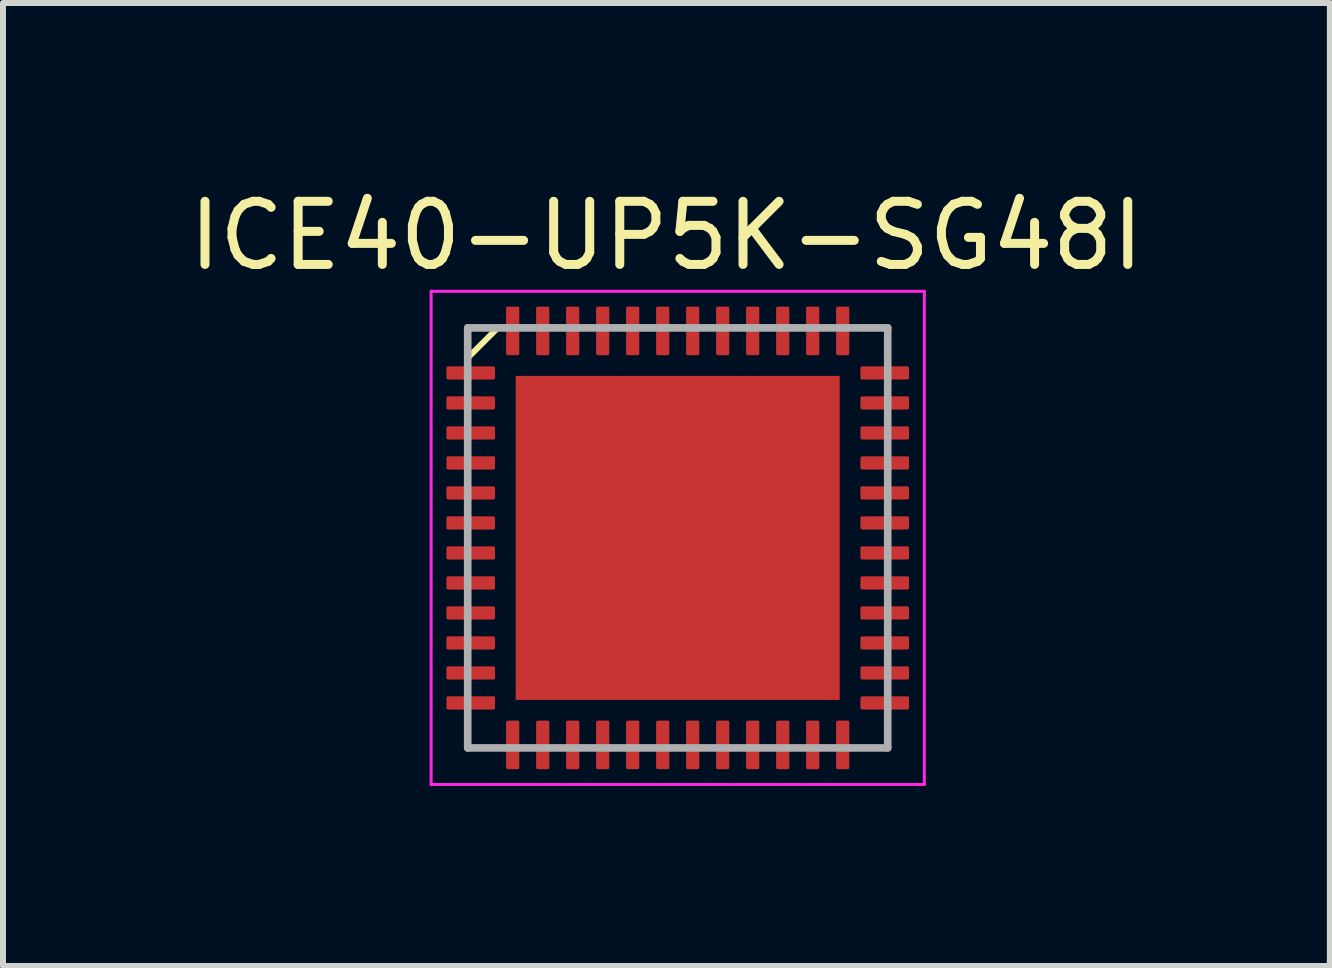
<source format=kicad_pcb>
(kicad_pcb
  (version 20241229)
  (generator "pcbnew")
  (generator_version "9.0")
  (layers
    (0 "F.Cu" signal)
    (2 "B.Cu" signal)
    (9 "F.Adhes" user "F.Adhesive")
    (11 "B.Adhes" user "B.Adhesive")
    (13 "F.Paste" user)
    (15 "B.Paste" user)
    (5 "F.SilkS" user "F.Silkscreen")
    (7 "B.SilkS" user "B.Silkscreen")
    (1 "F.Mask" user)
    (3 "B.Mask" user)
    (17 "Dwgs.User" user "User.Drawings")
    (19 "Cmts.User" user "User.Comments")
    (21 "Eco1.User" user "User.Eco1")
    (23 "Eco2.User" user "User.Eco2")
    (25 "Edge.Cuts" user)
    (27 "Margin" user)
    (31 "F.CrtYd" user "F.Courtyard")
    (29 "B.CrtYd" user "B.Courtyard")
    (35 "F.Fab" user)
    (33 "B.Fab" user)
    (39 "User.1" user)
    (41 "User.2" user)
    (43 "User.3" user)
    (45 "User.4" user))
  (footprint "ICE40-UP5K-SG48I"
    (layer "F.Cu")
    (at 8.245 5.915)
    (property "Reference" "ICE40-UP5K-SG48I" (at -0.189 -5.037 0) (layer "F.SilkS") (effects (font (size 1.052 1.052) (thickness 0.15))))
    (attr smd)
    (fp_line (start -3.5 3.5) (end -3.5 -3) (stroke (width 0.1) (type default)) (layer "F.SilkS"))
    (fp_line (start -3.5 3.5) (end 3.5 3.5) (stroke (width 0.1) (type default)) (layer "F.SilkS"))
    (fp_line (start -3 -3.5) (end -3.5 -3) (stroke (width 0.1) (type default)) (layer "F.SilkS"))
    (fp_line (start -3 -3.5) (end 3.5 -3.5) (stroke (width 0.1) (type default)) (layer "F.SilkS"))
    (fp_line (start 3.5 -3.5) (end 3.5 3.5) (stroke (width 0.1) (type default)) (layer "F.SilkS"))
    (fp_poly (pts (xy -1.703 -1.7) (xy 1.7 -1.7) (xy 1.7 1.703) (xy -1.703 1.703)) (stroke (width 0.01) (type solid)) (fill yes) (layer "F.Paste"))
    (fp_line (start -4.11 -4.11) (end 4.11 -4.11) (stroke (width 0.05) (type solid)) (layer "F.CrtYd"))
    (fp_line (start -4.11 4.11) (end -4.11 -4.11) (stroke (width 0.05) (type solid)) (layer "F.CrtYd"))
    (fp_line (start 4.11 -4.11) (end 4.11 4.11) (stroke (width 0.05) (type solid)) (layer "F.CrtYd"))
    (fp_line (start 4.11 4.11) (end -4.11 4.11) (stroke (width 0.05) (type solid)) (layer "F.CrtYd"))
    (fp_line (start -3.5 -3.5) (end -3.5 3.5) (stroke (width 0.127) (type solid)) (layer "F.Fab"))
    (fp_line (start -3.5 3.5) (end 3.5 3.5) (stroke (width 0.127) (type solid)) (layer "F.Fab"))
    (fp_line (start 3.5 -3.5) (end -3.5 -3.5) (stroke (width 0.127) (type solid)) (layer "F.Fab"))
    (fp_line (start 3.5 3.5) (end 3.5 -3.5) (stroke (width 0.127) (type solid)) (layer "F.Fab"))
    (pad "1" smd roundrect (at -3.45 -2.75) (size 0.81 0.22) (layers "F.Cu" "F.Mask" "F.Paste") (roundrect_rratio 0.125))
    (pad "2" smd roundrect (at -3.45 -2.25) (size 0.81 0.22) (layers "F.Cu" "F.Mask" "F.Paste") (roundrect_rratio 0.125))
    (pad "3" smd roundrect (at -3.45 -1.75) (size 0.81 0.22) (layers "F.Cu" "F.Mask" "F.Paste") (roundrect_rratio 0.125))
    (pad "4" smd roundrect (at -3.45 -1.25) (size 0.81 0.22) (layers "F.Cu" "F.Mask" "F.Paste") (roundrect_rratio 0.125))
    (pad "5" smd roundrect (at -3.45 -0.75) (size 0.81 0.22) (layers "F.Cu" "F.Mask" "F.Paste") (roundrect_rratio 0.125))
    (pad "6" smd roundrect (at -3.45 -0.25) (size 0.81 0.22) (layers "F.Cu" "F.Mask" "F.Paste") (roundrect_rratio 0.125))
    (pad "7" smd roundrect (at -3.45 0.25) (size 0.81 0.22) (layers "F.Cu" "F.Mask" "F.Paste") (roundrect_rratio 0.125))
    (pad "8" smd roundrect (at -3.45 0.75) (size 0.81 0.22) (layers "F.Cu" "F.Mask" "F.Paste") (roundrect_rratio 0.125))
    (pad "9" smd roundrect (at -3.45 1.25) (size 0.81 0.22) (layers "F.Cu" "F.Mask" "F.Paste") (roundrect_rratio 0.125))
    (pad "10" smd roundrect (at -3.45 1.75) (size 0.81 0.22) (layers "F.Cu" "F.Mask" "F.Paste") (roundrect_rratio 0.125))
    (pad "11" smd roundrect (at -3.45 2.25) (size 0.81 0.22) (layers "F.Cu" "F.Mask" "F.Paste") (roundrect_rratio 0.125))
    (pad "12" smd roundrect (at -3.45 2.75) (size 0.81 0.22) (layers "F.Cu" "F.Mask" "F.Paste") (roundrect_rratio 0.125))
    (pad "13" smd roundrect (at -2.75 3.45) (size 0.22 0.81) (layers "F.Cu" "F.Mask" "F.Paste") (roundrect_rratio 0.125))
    (pad "14" smd roundrect (at -2.25 3.45) (size 0.22 0.81) (layers "F.Cu" "F.Mask" "F.Paste") (roundrect_rratio 0.125))
    (pad "15" smd roundrect (at -1.75 3.45) (size 0.22 0.81) (layers "F.Cu" "F.Mask" "F.Paste") (roundrect_rratio 0.125))
    (pad "16" smd roundrect (at -1.25 3.45) (size 0.22 0.81) (layers "F.Cu" "F.Mask" "F.Paste") (roundrect_rratio 0.125))
    (pad "17" smd roundrect (at -0.75 3.45) (size 0.22 0.81) (layers "F.Cu" "F.Mask" "F.Paste") (roundrect_rratio 0.125))
    (pad "18" smd roundrect (at -0.25 3.45) (size 0.22 0.81) (layers "F.Cu" "F.Mask" "F.Paste") (roundrect_rratio 0.125))
    (pad "19" smd roundrect (at 0.25 3.45) (size 0.22 0.81) (layers "F.Cu" "F.Mask" "F.Paste") (roundrect_rratio 0.125))
    (pad "20" smd roundrect (at 0.75 3.45) (size 0.22 0.81) (layers "F.Cu" "F.Mask" "F.Paste") (roundrect_rratio 0.125))
    (pad "21" smd roundrect (at 1.25 3.45) (size 0.22 0.81) (layers "F.Cu" "F.Mask" "F.Paste") (roundrect_rratio 0.125))
    (pad "22" smd roundrect (at 1.75 3.45) (size 0.22 0.81) (layers "F.Cu" "F.Mask" "F.Paste") (roundrect_rratio 0.125))
    (pad "23" smd roundrect (at 2.25 3.45) (size 0.22 0.81) (layers "F.Cu" "F.Mask" "F.Paste") (roundrect_rratio 0.125))
    (pad "24" smd roundrect (at 2.75 3.45) (size 0.22 0.81) (layers "F.Cu" "F.Mask" "F.Paste") (roundrect_rratio 0.125))
    (pad "25" smd roundrect (at 3.45 2.75) (size 0.81 0.22) (layers "F.Cu" "F.Mask" "F.Paste") (roundrect_rratio 0.125))
    (pad "26" smd roundrect (at 3.45 2.25) (size 0.81 0.22) (layers "F.Cu" "F.Mask" "F.Paste") (roundrect_rratio 0.125))
    (pad "27" smd roundrect (at 3.45 1.75) (size 0.81 0.22) (layers "F.Cu" "F.Mask" "F.Paste") (roundrect_rratio 0.125))
    (pad "28" smd roundrect (at 3.45 1.25) (size 0.81 0.22) (layers "F.Cu" "F.Mask" "F.Paste") (roundrect_rratio 0.125))
    (pad "29" smd roundrect (at 3.45 0.75) (size 0.81 0.22) (layers "F.Cu" "F.Mask" "F.Paste") (roundrect_rratio 0.125))
    (pad "30" smd roundrect (at 3.45 0.25) (size 0.81 0.22) (layers "F.Cu" "F.Mask" "F.Paste") (roundrect_rratio 0.125))
    (pad "31" smd roundrect (at 3.45 -0.25) (size 0.81 0.22) (layers "F.Cu" "F.Mask" "F.Paste") (roundrect_rratio 0.125))
    (pad "32" smd roundrect (at 3.45 -0.75) (size 0.81 0.22) (layers "F.Cu" "F.Mask" "F.Paste") (roundrect_rratio 0.125))
    (pad "33" smd roundrect (at 3.45 -1.25) (size 0.81 0.22) (layers "F.Cu" "F.Mask" "F.Paste") (roundrect_rratio 0.125))
    (pad "34" smd roundrect (at 3.45 -1.75) (size 0.81 0.22) (layers "F.Cu" "F.Mask" "F.Paste") (roundrect_rratio 0.125))
    (pad "35" smd roundrect (at 3.45 -2.25) (size 0.81 0.22) (layers "F.Cu" "F.Mask" "F.Paste") (roundrect_rratio 0.125))
    (pad "36" smd roundrect (at 3.45 -2.75) (size 0.81 0.22) (layers "F.Cu" "F.Mask" "F.Paste") (roundrect_rratio 0.125))
    (pad "37" smd roundrect (at 2.75 -3.45) (size 0.22 0.81) (layers "F.Cu" "F.Mask" "F.Paste") (roundrect_rratio 0.125))
    (pad "38" smd roundrect (at 2.25 -3.45) (size 0.22 0.81) (layers "F.Cu" "F.Mask" "F.Paste") (roundrect_rratio 0.125))
    (pad "39" smd roundrect (at 1.75 -3.45) (size 0.22 0.81) (layers "F.Cu" "F.Mask" "F.Paste") (roundrect_rratio 0.125))
    (pad "40" smd roundrect (at 1.25 -3.45) (size 0.22 0.81) (layers "F.Cu" "F.Mask" "F.Paste") (roundrect_rratio 0.125))
    (pad "41" smd roundrect (at 0.75 -3.45) (size 0.22 0.81) (layers "F.Cu" "F.Mask" "F.Paste") (roundrect_rratio 0.125))
    (pad "42" smd roundrect (at 0.25 -3.45) (size 0.22 0.81) (layers "F.Cu" "F.Mask" "F.Paste") (roundrect_rratio 0.125))
    (pad "43" smd roundrect (at -0.25 -3.45) (size 0.22 0.81) (layers "F.Cu" "F.Mask" "F.Paste") (roundrect_rratio 0.125))
    (pad "44" smd roundrect (at -0.75 -3.45) (size 0.22 0.81) (layers "F.Cu" "F.Mask" "F.Paste") (roundrect_rratio 0.125))
    (pad "45" smd roundrect (at -1.25 -3.45) (size 0.22 0.81) (layers "F.Cu" "F.Mask" "F.Paste") (roundrect_rratio 0.125))
    (pad "46" smd roundrect (at -1.75 -3.45) (size 0.22 0.81) (layers "F.Cu" "F.Mask" "F.Paste") (roundrect_rratio 0.125))
    (pad "47" smd roundrect (at -2.25 -3.45) (size 0.22 0.81) (layers "F.Cu" "F.Mask" "F.Paste") (roundrect_rratio 0.125))
    (pad "48" smd roundrect (at -2.75 -3.45) (size 0.22 0.81) (layers "F.Cu" "F.Mask" "F.Paste") (roundrect_rratio 0.125))
    (pad "EP" smd rect (at 0 0) (size 5.4 5.4) (layers "F.Cu" "F.Mask")))
  (gr_rect
    (start -3 -3)
    (end 19.114 13.05)
    (stroke (width 0.1) (type default))
    (fill no)
    (layer "Edge.Cuts")))
</source>
